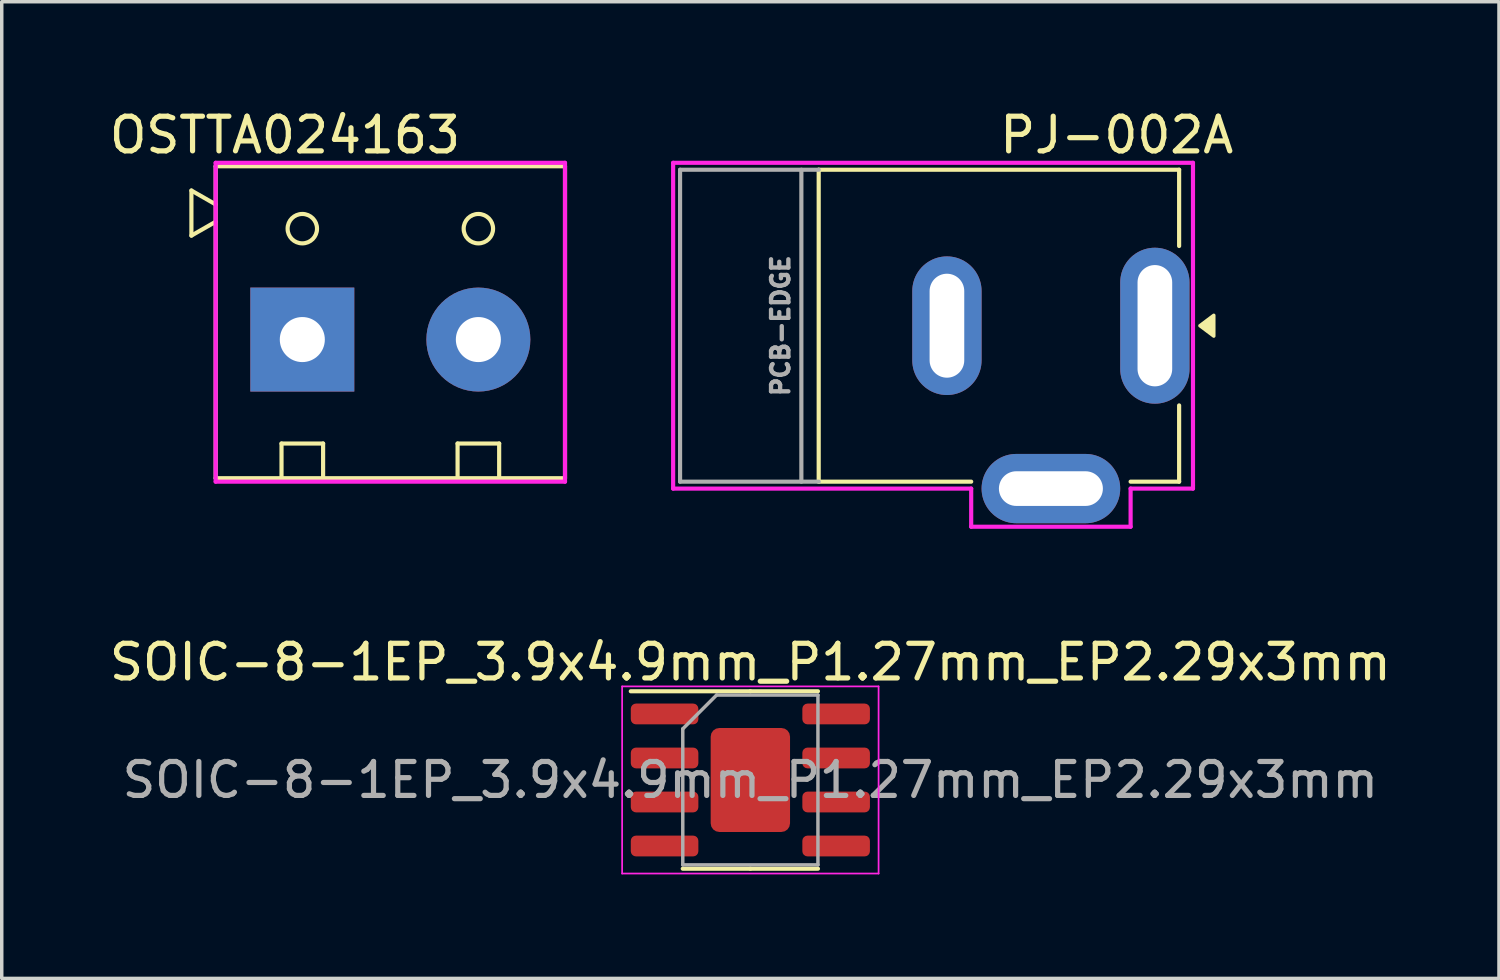
<source format=kicad_pcb>
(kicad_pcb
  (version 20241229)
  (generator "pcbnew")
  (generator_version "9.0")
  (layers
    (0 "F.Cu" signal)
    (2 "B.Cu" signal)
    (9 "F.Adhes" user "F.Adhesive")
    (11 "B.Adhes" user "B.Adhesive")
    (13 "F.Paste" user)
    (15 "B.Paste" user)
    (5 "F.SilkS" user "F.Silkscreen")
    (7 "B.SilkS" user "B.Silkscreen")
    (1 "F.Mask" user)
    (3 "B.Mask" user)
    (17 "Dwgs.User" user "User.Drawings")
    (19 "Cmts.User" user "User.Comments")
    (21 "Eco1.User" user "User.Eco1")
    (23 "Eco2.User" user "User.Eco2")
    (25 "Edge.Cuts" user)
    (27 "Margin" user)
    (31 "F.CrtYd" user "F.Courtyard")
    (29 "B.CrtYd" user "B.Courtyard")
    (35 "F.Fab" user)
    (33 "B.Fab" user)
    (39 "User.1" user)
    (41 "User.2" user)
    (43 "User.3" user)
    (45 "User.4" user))
  (footprint "OSTTA024163"
    (layer "F.Cu")
    (at 5.673 6.748)
    (property "Reference" "OSTTA024163" (at -0.5 -5.9 0) (layer "F.SilkS") (effects (font (size 1 1) (thickness 0.15))))
    (attr through_hole)
    (fp_line (start -3.2 -4.3) (end -3.2 -3) (stroke (width 0.12) (type solid)) (layer "F.SilkS"))
    (fp_line (start -3.2 -3) (end -2.5 -3.4) (stroke (width 0.12) (type solid)) (layer "F.SilkS"))
    (fp_line (start -2.5 -5) (end -2.5 4) (stroke (width 0.12) (type solid)) (layer "F.SilkS"))
    (fp_line (start -2.5 -5) (end 7.58 -5) (stroke (width 0.12) (type solid)) (layer "F.SilkS"))
    (fp_line (start -2.5 -3.9) (end -3.2 -4.3) (stroke (width 0.12) (type solid)) (layer "F.SilkS"))
    (fp_line (start -2.5 4) (end 7.58 4) (stroke (width 0.12) (type solid)) (layer "F.SilkS"))
    (fp_line (start -0.6 3) (end 0.6 3) (stroke (width 0.12) (type solid)) (layer "F.SilkS"))
    (fp_line (start -0.6 4) (end -0.6 3) (stroke (width 0.12) (type solid)) (layer "F.SilkS"))
    (fp_line (start 0.6 3) (end 0.6 4) (stroke (width 0.12) (type solid)) (layer "F.SilkS"))
    (fp_line (start 4.48 3) (end 5.68 3) (stroke (width 0.12) (type solid)) (layer "F.SilkS"))
    (fp_line (start 4.48 4) (end 4.48 3) (stroke (width 0.12) (type solid)) (layer "F.SilkS"))
    (fp_line (start 5.68 3) (end 5.68 4) (stroke (width 0.12) (type solid)) (layer "F.SilkS"))
    (fp_line (start 7.58 -5) (end 7.58 4) (stroke (width 0.12) (type solid)) (layer "F.SilkS"))
    (fp_circle (center 0 -3.2) (end 0.3 -2.9) (stroke (width 0.12) (type solid)) (fill no) (layer "F.SilkS"))
    (fp_circle (center 5.08 -3.2) (end 5.38 -2.9) (stroke (width 0.12) (type solid)) (fill no) (layer "F.SilkS"))
    (fp_line (start -2.5 -5.1) (end -2.5 4.1) (stroke (width 0.12) (type solid)) (layer "F.CrtYd"))
    (fp_line (start -2.5 4.1) (end 7.58 4.1) (stroke (width 0.12) (type solid)) (layer "F.CrtYd"))
    (fp_line (start 7.58 -5.1) (end -2.5 -5.1) (stroke (width 0.12) (type solid)) (layer "F.CrtYd"))
    (fp_line (start 7.58 4.1) (end 7.58 -5.1) (stroke (width 0.12) (type solid)) (layer "F.CrtYd"))
    (pad "1" thru_hole rect (at 0 0) (size 3 3) (drill 1.3) (layers "*.Cu" "*.Mask"))
    (pad "2" thru_hole circle (at 5.08 0) (size 3 3) (drill 1.3) (layers "*.Cu" "*.Mask")))
  (footprint "PJ-002A"
    (layer "F.Cu")
    (at 30.273 6.348)
    (property "Reference" "PJ-002A" (at -1.1 -5.5 0) (layer "F.SilkS") (effects (font (size 1 1) (thickness 0.15))))
    (attr through_hole)
    (fp_line (start -9.7 -4.5) (end -9.7 4.5) (stroke (width 0.12) (type solid)) (layer "F.SilkS"))
    (fp_line (start -9.7 4.5) (end -5.3 4.5) (stroke (width 0.12) (type solid)) (layer "F.SilkS"))
    (fp_line (start 0.7 -4.5) (end -9.7 -4.5) (stroke (width 0.12) (type solid)) (layer "F.SilkS"))
    (fp_line (start 0.7 -2.3) (end 0.7 -4.5) (stroke (width 0.12) (type solid)) (layer "F.SilkS"))
    (fp_line (start 0.7 4.5) (end -0.7 4.5) (stroke (width 0.12) (type solid)) (layer "F.SilkS"))
    (fp_line (start 0.7 4.5) (end 0.7 2.3) (stroke (width 0.12) (type solid)) (layer "F.SilkS"))
    (fp_poly (pts (xy 1.7 0.3) (xy 1.3 0) (xy 1.7 -0.3)) (stroke (width 0.1) (type solid)) (fill yes) (layer "F.SilkS"))
    (fp_line (start -13.9 -4.7) (end 1.1 -4.7) (stroke (width 0.12) (type solid)) (layer "F.CrtYd"))
    (fp_line (start -13.9 4.7) (end -13.9 -4.7) (stroke (width 0.12) (type solid)) (layer "F.CrtYd"))
    (fp_line (start -5.3 4.7) (end -13.9 4.7) (stroke (width 0.12) (type solid)) (layer "F.CrtYd"))
    (fp_line (start -5.3 5.8) (end -5.3 4.7) (stroke (width 0.12) (type solid)) (layer "F.CrtYd"))
    (fp_line (start -0.7 4.7) (end -0.7 5.8) (stroke (width 0.12) (type solid)) (layer "F.CrtYd"))
    (fp_line (start -0.7 5.8) (end -5.3 5.8) (stroke (width 0.12) (type solid)) (layer "F.CrtYd"))
    (fp_line (start 1.1 -4.7) (end 1.1 0) (stroke (width 0.12) (type solid)) (layer "F.CrtYd"))
    (fp_line (start 1.1 0) (end 1.1 4.6) (stroke (width 0.12) (type solid)) (layer "F.CrtYd"))
    (fp_line (start 1.1 4.6) (end 1.1 4.7) (stroke (width 0.12) (type solid)) (layer "F.CrtYd"))
    (fp_line (start 1.1 4.7) (end -0.7 4.7) (stroke (width 0.12) (type solid)) (layer "F.CrtYd"))
    (fp_line (start -13.7 -4.5) (end -13.7 4.5) (stroke (width 0.12) (type solid)) (layer "F.Fab"))
    (fp_line (start -13.7 -4.5) (end -9.7 -4.5) (stroke (width 0.12) (type solid)) (layer "F.Fab"))
    (fp_line (start -13.7 4.5) (end -9.7 4.5) (stroke (width 0.12) (type solid)) (layer "F.Fab"))
    (fp_line (start -10.2 -4.5) (end -10.2 4.5) (stroke (width 0.12) (type solid)) (layer "F.Fab"))
    (fp_text user "PCB-EDGE" (at -10.8 0 90) (layer "F.Fab") (effects (font (size 0.5 0.5) (thickness 0.125))))
    (pad "1" thru_hole oval (at 0 0) (size 2 4.5) (drill oval 1 3.5) (layers "*.Cu" "*.Mask"))
    (pad "2" thru_hole oval (at -6 0) (size 2 4) (drill oval 1 3) (layers "*.Cu" "*.Mask"))
    (pad "3" thru_hole oval (at -3 4.7 90) (size 2 4) (drill oval 1 3) (layers "*.Cu" "*.Mask")))
  (footprint "SOIC-8-1EP_3.9x4.9mm_P1.27mm_EP2.29x3mm"
    (layer "F.Cu")
    (at 18.601 19.456)
    (property "Reference" "SOIC-8-1EP_3.9x4.9mm_P1.27mm_EP2.29x3mm" (at 0 -3.4 0) (layer "F.SilkS") (effects (font (size 1 1) (thickness 0.15))))
    (attr smd)
    (fp_line (start 0 -2.56) (end -3.45 -2.56) (stroke (width 0.12) (type solid)) (layer "F.SilkS"))
    (fp_line (start 0 -2.56) (end 1.95 -2.56) (stroke (width 0.12) (type solid)) (layer "F.SilkS"))
    (fp_line (start 0 2.56) (end -1.95 2.56) (stroke (width 0.12) (type solid)) (layer "F.SilkS"))
    (fp_line (start 0 2.56) (end 1.95 2.56) (stroke (width 0.12) (type solid)) (layer "F.SilkS"))
    (fp_line (start -3.7 -2.7) (end -3.7 2.7) (stroke (width 0.05) (type solid)) (layer "F.CrtYd"))
    (fp_line (start -3.7 2.7) (end 3.7 2.7) (stroke (width 0.05) (type solid)) (layer "F.CrtYd"))
    (fp_line (start 3.7 -2.7) (end -3.7 -2.7) (stroke (width 0.05) (type solid)) (layer "F.CrtYd"))
    (fp_line (start 3.7 2.7) (end 3.7 -2.7) (stroke (width 0.05) (type solid)) (layer "F.CrtYd"))
    (fp_line (start -1.95 -1.475) (end -0.975 -2.45) (stroke (width 0.1) (type solid)) (layer "F.Fab"))
    (fp_line (start -1.95 2.45) (end -1.95 -1.475) (stroke (width 0.1) (type solid)) (layer "F.Fab"))
    (fp_line (start -0.975 -2.45) (end 1.95 -2.45) (stroke (width 0.1) (type solid)) (layer "F.Fab"))
    (fp_line (start 1.95 -2.45) (end 1.95 2.45) (stroke (width 0.1) (type solid)) (layer "F.Fab"))
    (fp_line (start 1.95 2.45) (end -1.95 2.45) (stroke (width 0.1) (type solid)) (layer "F.Fab"))
    (fp_text user "${REFERENCE}" (at 0 0 0) (layer "F.Fab") (effects (font (size 0.98 0.98) (thickness 0.15))))
    (pad "" smd roundrect (at -0.57 -0.75) (size 0.92 1.21) (layers "F.Paste") (roundrect_rratio 0.25))
    (pad "" smd roundrect (at -0.57 0.75) (size 0.92 1.21) (layers "F.Paste") (roundrect_rratio 0.25))
    (pad "" smd roundrect (at 0.57 -0.75) (size 0.92 1.21) (layers "F.Paste") (roundrect_rratio 0.25))
    (pad "" smd roundrect (at 0.57 0.75) (size 0.92 1.21) (layers "F.Paste") (roundrect_rratio 0.25))
    (pad "1" smd roundrect (at -2.475 -1.905) (size 1.95 0.6) (layers "F.Cu" "F.Mask" "F.Paste") (roundrect_rratio 0.25))
    (pad "2" smd roundrect (at -2.475 -0.635) (size 1.95 0.6) (layers "F.Cu" "F.Mask" "F.Paste") (roundrect_rratio 0.25))
    (pad "3" smd roundrect (at -2.475 0.635) (size 1.95 0.6) (layers "F.Cu" "F.Mask" "F.Paste") (roundrect_rratio 0.25))
    (pad "4" smd roundrect (at -2.475 1.905) (size 1.95 0.6) (layers "F.Cu" "F.Mask" "F.Paste") (roundrect_rratio 0.25))
    (pad "5" smd roundrect (at 2.475 1.905) (size 1.95 0.6) (layers "F.Cu" "F.Mask" "F.Paste") (roundrect_rratio 0.25))
    (pad "6" smd roundrect (at 2.475 0.635) (size 1.95 0.6) (layers "F.Cu" "F.Mask" "F.Paste") (roundrect_rratio 0.25))
    (pad "7" smd roundrect (at 2.475 -0.635) (size 1.95 0.6) (layers "F.Cu" "F.Mask" "F.Paste") (roundrect_rratio 0.25))
    (pad "8" smd roundrect (at 2.475 -1.905) (size 1.95 0.6) (layers "F.Cu" "F.Mask" "F.Paste") (roundrect_rratio 0.25))
    (pad "9" smd roundrect (at 0 0) (size 2.29 3) (layers "F.Cu" "F.Mask") (roundrect_rratio 0.109)))
  (gr_rect
    (start -3 -3)
    (end 40.202 25.181)
    (stroke (width 0.1) (type default))
    (fill no)
    (layer "Edge.Cuts")))
</source>
